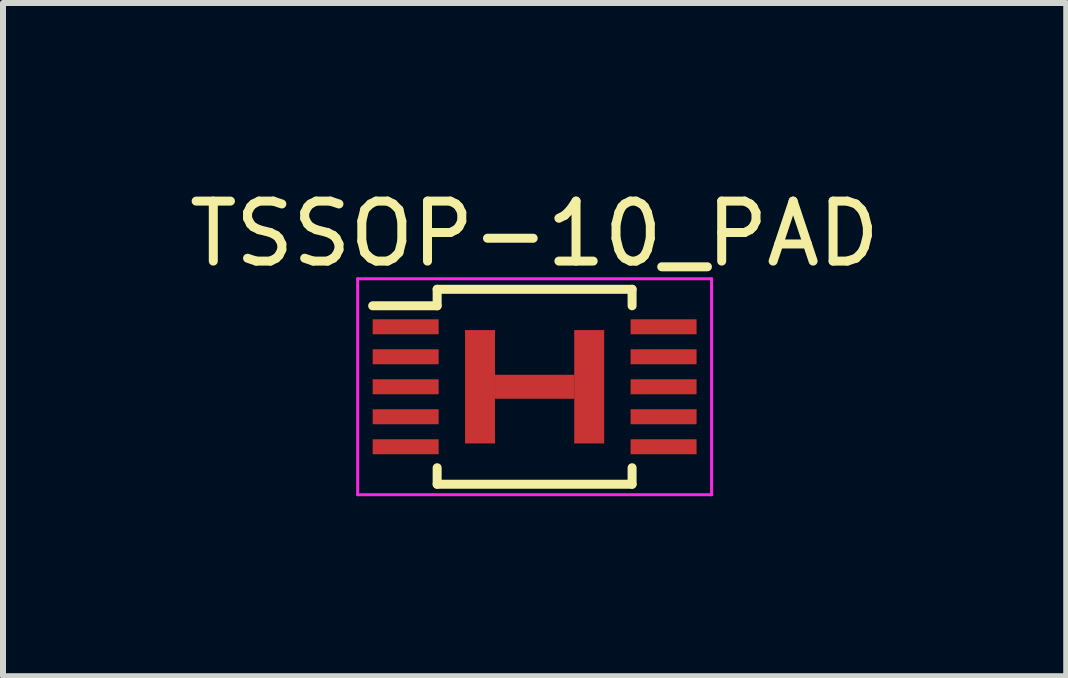
<source format=kicad_pcb>
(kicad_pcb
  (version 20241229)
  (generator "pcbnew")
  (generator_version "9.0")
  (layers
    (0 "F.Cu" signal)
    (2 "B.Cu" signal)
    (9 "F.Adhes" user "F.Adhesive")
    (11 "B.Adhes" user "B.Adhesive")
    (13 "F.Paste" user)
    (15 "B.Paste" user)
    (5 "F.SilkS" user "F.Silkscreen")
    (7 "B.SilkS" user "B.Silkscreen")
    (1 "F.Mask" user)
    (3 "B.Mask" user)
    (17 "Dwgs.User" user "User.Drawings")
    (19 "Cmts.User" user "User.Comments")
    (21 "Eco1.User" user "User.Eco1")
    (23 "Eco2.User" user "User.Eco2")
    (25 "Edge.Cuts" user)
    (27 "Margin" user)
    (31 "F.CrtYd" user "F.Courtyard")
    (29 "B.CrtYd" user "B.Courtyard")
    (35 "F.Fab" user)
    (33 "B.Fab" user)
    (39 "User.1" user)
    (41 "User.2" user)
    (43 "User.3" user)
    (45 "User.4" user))
  (footprint "TSSOP-10_PAD"
    (layer "F.Cu")
    (at 5.863 3.398)
    (property "Reference" "TSSOP-10_PAD" (at 0 -2.55 0) (layer "F.SilkS") (effects (font (size 1 1) (thickness 0.15))))
    (attr smd)
    (fp_line (start -1.625 -1.625) (end -1.625 -1.35) (stroke (width 0.15) (type solid)) (layer "F.SilkS"))
    (fp_line (start -1.625 -1.625) (end 1.625 -1.625) (stroke (width 0.15) (type solid)) (layer "F.SilkS"))
    (fp_line (start -1.625 -1.35) (end -2.7 -1.35) (stroke (width 0.15) (type solid)) (layer "F.SilkS"))
    (fp_line (start -1.625 1.625) (end -1.625 1.35) (stroke (width 0.15) (type solid)) (layer "F.SilkS"))
    (fp_line (start -1.625 1.625) (end 1.625 1.625) (stroke (width 0.15) (type solid)) (layer "F.SilkS"))
    (fp_line (start 1.625 -1.625) (end 1.625 -1.35) (stroke (width 0.15) (type solid)) (layer "F.SilkS"))
    (fp_line (start 1.625 1.625) (end 1.625 1.35) (stroke (width 0.15) (type solid)) (layer "F.SilkS"))
    (fp_line (start -2.95 -1.8) (end -2.95 1.8) (stroke (width 0.05) (type solid)) (layer "F.CrtYd"))
    (fp_line (start -2.95 -1.8) (end 2.95 -1.8) (stroke (width 0.05) (type solid)) (layer "F.CrtYd"))
    (fp_line (start -2.95 1.8) (end 2.95 1.8) (stroke (width 0.05) (type solid)) (layer "F.CrtYd"))
    (fp_line (start 2.95 -1.8) (end 2.95 1.8) (stroke (width 0.05) (type solid)) (layer "F.CrtYd"))
    (pad "1" smd rect (at -2.15 -1) (size 1.1 0.25) (layers "F.Cu" "F.Mask" "F.Paste"))
    (pad "2" smd rect (at -2.15 -0.5) (size 1.1 0.25) (layers "F.Cu" "F.Mask" "F.Paste"))
    (pad "3" smd rect (at -2.15 0) (size 1.1 0.25) (layers "F.Cu" "F.Mask" "F.Paste"))
    (pad "4" smd rect (at -2.15 0.5) (size 1.1 0.25) (layers "F.Cu" "F.Mask" "F.Paste"))
    (pad "5" smd rect (at -2.15 1) (size 1.1 0.25) (layers "F.Cu" "F.Mask" "F.Paste"))
    (pad "6" smd rect (at 2.15 1) (size 1.1 0.25) (layers "F.Cu" "F.Mask" "F.Paste"))
    (pad "7" smd rect (at 2.15 0.5) (size 1.1 0.25) (layers "F.Cu" "F.Mask" "F.Paste"))
    (pad "8" smd rect (at 2.15 0) (size 1.1 0.25) (layers "F.Cu" "F.Mask" "F.Paste"))
    (pad "9" smd rect (at 2.15 -0.5) (size 1.1 0.25) (layers "F.Cu" "F.Mask" "F.Paste"))
    (pad "10" smd rect (at 2.15 -1) (size 1.1 0.25) (layers "F.Cu" "F.Mask" "F.Paste"))
    (pad "11" smd rect (at -0.91 0) (size 0.5 1.89) (layers "F.Cu" "F.Mask" "F.Paste"))
    (pad "11" smd rect (at 0 0) (size 1.32 0.4) (layers "F.Cu" "F.Mask" "F.Paste"))
    (pad "11" smd rect (at 0.91 0) (size 0.5 1.89) (layers "F.Cu" "F.Mask" "F.Paste")))
  (gr_rect
    (start -3 -3)
    (end 14.726 8.223)
    (stroke (width 0.1) (type default))
    (fill no)
    (layer "Edge.Cuts")))
</source>
